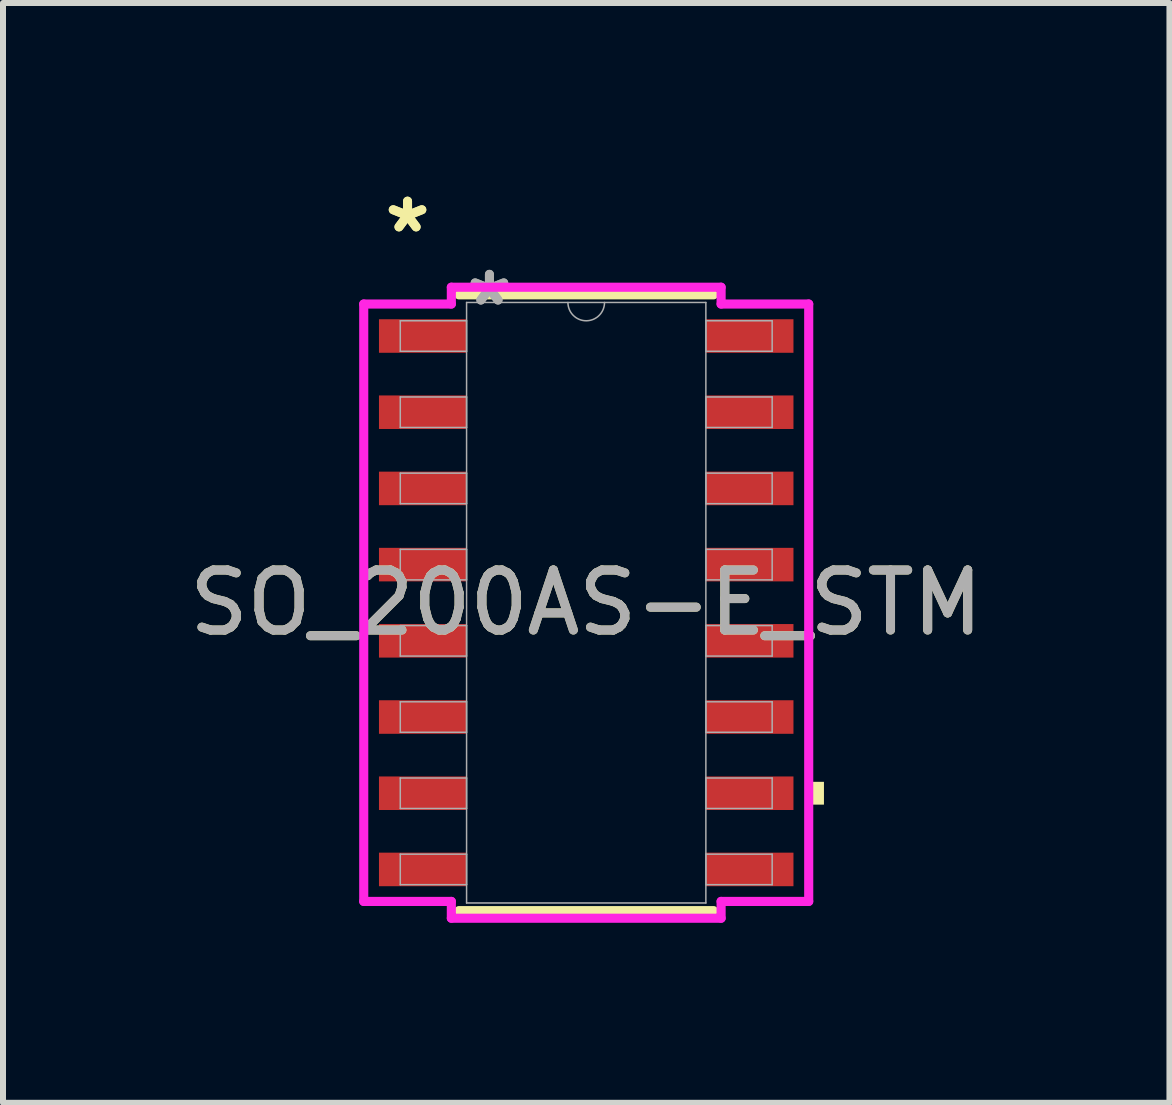
<source format=kicad_pcb>
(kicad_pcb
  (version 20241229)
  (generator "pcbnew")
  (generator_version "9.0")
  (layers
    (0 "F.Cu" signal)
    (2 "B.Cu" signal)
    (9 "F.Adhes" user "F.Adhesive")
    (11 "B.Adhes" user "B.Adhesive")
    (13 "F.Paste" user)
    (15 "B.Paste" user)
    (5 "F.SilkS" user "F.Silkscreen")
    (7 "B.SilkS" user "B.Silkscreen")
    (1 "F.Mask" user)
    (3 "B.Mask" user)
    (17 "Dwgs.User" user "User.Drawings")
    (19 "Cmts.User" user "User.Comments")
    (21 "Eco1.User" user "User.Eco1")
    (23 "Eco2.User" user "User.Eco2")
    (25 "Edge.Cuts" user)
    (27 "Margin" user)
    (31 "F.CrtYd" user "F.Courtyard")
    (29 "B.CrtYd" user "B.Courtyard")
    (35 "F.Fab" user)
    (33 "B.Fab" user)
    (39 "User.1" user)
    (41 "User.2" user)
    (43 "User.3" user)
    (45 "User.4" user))
  (footprint "SO_200AS-E_STM"
    (layer "F.Cu")
    (at 6.72 6.995)
    (property "Reference" "SO_200AS-E_STM" (at 0 0 0) (unlocked yes) (layer "F.SilkS") (effects (font (size 1 1) (thickness 0.15))))
    (attr smd)
    (fp_line (start -2.121 5.131) (end 2.121 5.131) (stroke (width 0.152) (type solid)) (layer "F.SilkS"))
    (fp_line (start 2.121 -5.131) (end -2.121 -5.131) (stroke (width 0.152) (type solid)) (layer "F.SilkS"))
    (fp_poly (pts (xy 3.962 2.985) (xy 3.962 3.365) (xy 3.708 3.365) (xy 3.708 2.985)) (stroke (width 0) (type solid)) (fill yes) (layer "F.SilkS"))
    (fp_line (start -3.708 -4.978) (end -2.248 -4.978) (stroke (width 0.152) (type solid)) (layer "F.CrtYd"))
    (fp_line (start -3.708 4.978) (end -3.708 -4.978) (stroke (width 0.152) (type solid)) (layer "F.CrtYd"))
    (fp_line (start -3.708 4.978) (end -2.248 4.978) (stroke (width 0.152) (type solid)) (layer "F.CrtYd"))
    (fp_line (start -2.248 -5.258) (end 2.248 -5.258) (stroke (width 0.152) (type solid)) (layer "F.CrtYd"))
    (fp_line (start -2.248 -4.978) (end -2.248 -5.258) (stroke (width 0.152) (type solid)) (layer "F.CrtYd"))
    (fp_line (start -2.248 5.258) (end -2.248 4.978) (stroke (width 0.152) (type solid)) (layer "F.CrtYd"))
    (fp_line (start 2.248 -5.258) (end 2.248 -4.978) (stroke (width 0.152) (type solid)) (layer "F.CrtYd"))
    (fp_line (start 2.248 4.978) (end 2.248 5.258) (stroke (width 0.152) (type solid)) (layer "F.CrtYd"))
    (fp_line (start 2.248 5.258) (end -2.248 5.258) (stroke (width 0.152) (type solid)) (layer "F.CrtYd"))
    (fp_line (start 3.708 -4.978) (end 2.248 -4.978) (stroke (width 0.152) (type solid)) (layer "F.CrtYd"))
    (fp_line (start 3.708 -4.978) (end 3.708 4.978) (stroke (width 0.152) (type solid)) (layer "F.CrtYd"))
    (fp_line (start 3.708 4.978) (end 2.248 4.978) (stroke (width 0.152) (type solid)) (layer "F.CrtYd"))
    (fp_line (start -3.099 -4.699) (end -3.099 -4.191) (stroke (width 0.025) (type solid)) (layer "F.Fab"))
    (fp_line (start -3.099 -4.191) (end -1.994 -4.191) (stroke (width 0.025) (type solid)) (layer "F.Fab"))
    (fp_line (start -3.099 -3.429) (end -3.099 -2.921) (stroke (width 0.025) (type solid)) (layer "F.Fab"))
    (fp_line (start -3.099 -2.921) (end -1.994 -2.921) (stroke (width 0.025) (type solid)) (layer "F.Fab"))
    (fp_line (start -3.099 -2.159) (end -3.099 -1.651) (stroke (width 0.025) (type solid)) (layer "F.Fab"))
    (fp_line (start -3.099 -1.651) (end -1.994 -1.651) (stroke (width 0.025) (type solid)) (layer "F.Fab"))
    (fp_line (start -3.099 -0.889) (end -3.099 -0.381) (stroke (width 0.025) (type solid)) (layer "F.Fab"))
    (fp_line (start -3.099 -0.381) (end -1.994 -0.381) (stroke (width 0.025) (type solid)) (layer "F.Fab"))
    (fp_line (start -3.099 0.381) (end -3.099 0.889) (stroke (width 0.025) (type solid)) (layer "F.Fab"))
    (fp_line (start -3.099 0.889) (end -1.994 0.889) (stroke (width 0.025) (type solid)) (layer "F.Fab"))
    (fp_line (start -3.099 1.651) (end -3.099 2.159) (stroke (width 0.025) (type solid)) (layer "F.Fab"))
    (fp_line (start -3.099 2.159) (end -1.994 2.159) (stroke (width 0.025) (type solid)) (layer "F.Fab"))
    (fp_line (start -3.099 2.921) (end -3.099 3.429) (stroke (width 0.025) (type solid)) (layer "F.Fab"))
    (fp_line (start -3.099 3.429) (end -1.994 3.429) (stroke (width 0.025) (type solid)) (layer "F.Fab"))
    (fp_line (start -3.099 4.191) (end -3.099 4.699) (stroke (width 0.025) (type solid)) (layer "F.Fab"))
    (fp_line (start -3.099 4.699) (end -1.994 4.699) (stroke (width 0.025) (type solid)) (layer "F.Fab"))
    (fp_line (start -1.994 -5.004) (end -1.994 5.004) (stroke (width 0.025) (type solid)) (layer "F.Fab"))
    (fp_line (start -1.994 -4.699) (end -3.099 -4.699) (stroke (width 0.025) (type solid)) (layer "F.Fab"))
    (fp_line (start -1.994 -4.191) (end -1.994 -4.699) (stroke (width 0.025) (type solid)) (layer "F.Fab"))
    (fp_line (start -1.994 -3.429) (end -3.099 -3.429) (stroke (width 0.025) (type solid)) (layer "F.Fab"))
    (fp_line (start -1.994 -2.921) (end -1.994 -3.429) (stroke (width 0.025) (type solid)) (layer "F.Fab"))
    (fp_line (start -1.994 -2.159) (end -3.099 -2.159) (stroke (width 0.025) (type solid)) (layer "F.Fab"))
    (fp_line (start -1.994 -1.651) (end -1.994 -2.159) (stroke (width 0.025) (type solid)) (layer "F.Fab"))
    (fp_line (start -1.994 -0.889) (end -3.099 -0.889) (stroke (width 0.025) (type solid)) (layer "F.Fab"))
    (fp_line (start -1.994 -0.381) (end -1.994 -0.889) (stroke (width 0.025) (type solid)) (layer "F.Fab"))
    (fp_line (start -1.994 0.381) (end -3.099 0.381) (stroke (width 0.025) (type solid)) (layer "F.Fab"))
    (fp_line (start -1.994 0.889) (end -1.994 0.381) (stroke (width 0.025) (type solid)) (layer "F.Fab"))
    (fp_line (start -1.994 1.651) (end -3.099 1.651) (stroke (width 0.025) (type solid)) (layer "F.Fab"))
    (fp_line (start -1.994 2.159) (end -1.994 1.651) (stroke (width 0.025) (type solid)) (layer "F.Fab"))
    (fp_line (start -1.994 2.921) (end -3.099 2.921) (stroke (width 0.025) (type solid)) (layer "F.Fab"))
    (fp_line (start -1.994 3.429) (end -1.994 2.921) (stroke (width 0.025) (type solid)) (layer "F.Fab"))
    (fp_line (start -1.994 4.191) (end -3.099 4.191) (stroke (width 0.025) (type solid)) (layer "F.Fab"))
    (fp_line (start -1.994 4.699) (end -1.994 4.191) (stroke (width 0.025) (type solid)) (layer "F.Fab"))
    (fp_line (start -1.994 5.004) (end 1.994 5.004) (stroke (width 0.025) (type solid)) (layer "F.Fab"))
    (fp_line (start 1.994 -5.004) (end -1.994 -5.004) (stroke (width 0.025) (type solid)) (layer "F.Fab"))
    (fp_line (start 1.994 -4.699) (end 1.994 -4.191) (stroke (width 0.025) (type solid)) (layer "F.Fab"))
    (fp_line (start 1.994 -4.191) (end 3.099 -4.191) (stroke (width 0.025) (type solid)) (layer "F.Fab"))
    (fp_line (start 1.994 -3.429) (end 1.994 -2.921) (stroke (width 0.025) (type solid)) (layer "F.Fab"))
    (fp_line (start 1.994 -2.921) (end 3.099 -2.921) (stroke (width 0.025) (type solid)) (layer "F.Fab"))
    (fp_line (start 1.994 -2.159) (end 1.994 -1.651) (stroke (width 0.025) (type solid)) (layer "F.Fab"))
    (fp_line (start 1.994 -1.651) (end 3.099 -1.651) (stroke (width 0.025) (type solid)) (layer "F.Fab"))
    (fp_line (start 1.994 -0.889) (end 1.994 -0.381) (stroke (width 0.025) (type solid)) (layer "F.Fab"))
    (fp_line (start 1.994 -0.381) (end 3.099 -0.381) (stroke (width 0.025) (type solid)) (layer "F.Fab"))
    (fp_line (start 1.994 0.381) (end 1.994 0.889) (stroke (width 0.025) (type solid)) (layer "F.Fab"))
    (fp_line (start 1.994 0.889) (end 3.099 0.889) (stroke (width 0.025) (type solid)) (layer "F.Fab"))
    (fp_line (start 1.994 1.651) (end 1.994 2.159) (stroke (width 0.025) (type solid)) (layer "F.Fab"))
    (fp_line (start 1.994 2.159) (end 3.099 2.159) (stroke (width 0.025) (type solid)) (layer "F.Fab"))
    (fp_line (start 1.994 2.921) (end 1.994 3.429) (stroke (width 0.025) (type solid)) (layer "F.Fab"))
    (fp_line (start 1.994 3.429) (end 3.099 3.429) (stroke (width 0.025) (type solid)) (layer "F.Fab"))
    (fp_line (start 1.994 4.191) (end 1.994 4.699) (stroke (width 0.025) (type solid)) (layer "F.Fab"))
    (fp_line (start 1.994 4.699) (end 3.099 4.699) (stroke (width 0.025) (type solid)) (layer "F.Fab"))
    (fp_line (start 1.994 5.004) (end 1.994 -5.004) (stroke (width 0.025) (type solid)) (layer "F.Fab"))
    (fp_line (start 3.099 -4.699) (end 1.994 -4.699) (stroke (width 0.025) (type solid)) (layer "F.Fab"))
    (fp_line (start 3.099 -4.191) (end 3.099 -4.699) (stroke (width 0.025) (type solid)) (layer "F.Fab"))
    (fp_line (start 3.099 -3.429) (end 1.994 -3.429) (stroke (width 0.025) (type solid)) (layer "F.Fab"))
    (fp_line (start 3.099 -2.921) (end 3.099 -3.429) (stroke (width 0.025) (type solid)) (layer "F.Fab"))
    (fp_line (start 3.099 -2.159) (end 1.994 -2.159) (stroke (width 0.025) (type solid)) (layer "F.Fab"))
    (fp_line (start 3.099 -1.651) (end 3.099 -2.159) (stroke (width 0.025) (type solid)) (layer "F.Fab"))
    (fp_line (start 3.099 -0.889) (end 1.994 -0.889) (stroke (width 0.025) (type solid)) (layer "F.Fab"))
    (fp_line (start 3.099 -0.381) (end 3.099 -0.889) (stroke (width 0.025) (type solid)) (layer "F.Fab"))
    (fp_line (start 3.099 0.381) (end 1.994 0.381) (stroke (width 0.025) (type solid)) (layer "F.Fab"))
    (fp_line (start 3.099 0.889) (end 3.099 0.381) (stroke (width 0.025) (type solid)) (layer "F.Fab"))
    (fp_line (start 3.099 1.651) (end 1.994 1.651) (stroke (width 0.025) (type solid)) (layer "F.Fab"))
    (fp_line (start 3.099 2.159) (end 3.099 1.651) (stroke (width 0.025) (type solid)) (layer "F.Fab"))
    (fp_line (start 3.099 2.921) (end 1.994 2.921) (stroke (width 0.025) (type solid)) (layer "F.Fab"))
    (fp_line (start 3.099 3.429) (end 3.099 2.921) (stroke (width 0.025) (type solid)) (layer "F.Fab"))
    (fp_line (start 3.099 4.191) (end 1.994 4.191) (stroke (width 0.025) (type solid)) (layer "F.Fab"))
    (fp_line (start 3.099 4.699) (end 3.099 4.191) (stroke (width 0.025) (type solid)) (layer "F.Fab"))
    (fp_arc (start 0.3048 -5.0038) (mid 0 -4.699) (end -0.3048 -5.0038) (stroke (width 0.0254) (type solid)) (layer "F.Fab"))
    (fp_text user "*" (at -2.978 -6.147 0) (layer "F.SilkS") (effects (font (size 1 1) (thickness 0.15))))
    (fp_text user "*" (at -2.978 -6.147 0) (unlocked yes) (layer "F.SilkS") (effects (font (size 1 1) (thickness 0.15))))
    (fp_text user "*" (at -1.613 -4.928 0) (layer "F.Fab") (effects (font (size 1 1) (thickness 0.15))))
    (fp_text user "*" (at -1.613 -4.928 0) (unlocked yes) (layer "F.Fab") (effects (font (size 1 1) (thickness 0.15))))
    (fp_text user "${REFERENCE}" (at 0 0 0) (unlocked yes) (layer "F.Fab") (effects (font (size 1 1) (thickness 0.15))))
    (pad "1" smd rect (at -2.724 -4.445) (size 1.46 0.559) (layers "F.Cu" "F.Mask" "F.Paste"))
    (pad "2" smd rect (at -2.724 -3.175) (size 1.46 0.559) (layers "F.Cu" "F.Mask" "F.Paste"))
    (pad "3" smd rect (at -2.724 -1.905) (size 1.46 0.559) (layers "F.Cu" "F.Mask" "F.Paste"))
    (pad "4" smd rect (at -2.724 -0.635) (size 1.46 0.559) (layers "F.Cu" "F.Mask" "F.Paste"))
    (pad "5" smd rect (at -2.724 0.635) (size 1.46 0.559) (layers "F.Cu" "F.Mask" "F.Paste"))
    (pad "6" smd rect (at -2.724 1.905) (size 1.46 0.559) (layers "F.Cu" "F.Mask" "F.Paste"))
    (pad "7" smd rect (at -2.724 3.175) (size 1.46 0.559) (layers "F.Cu" "F.Mask" "F.Paste"))
    (pad "8" smd rect (at -2.724 4.445) (size 1.46 0.559) (layers "F.Cu" "F.Mask" "F.Paste"))
    (pad "9" smd rect (at 2.724 4.445) (size 1.46 0.559) (layers "F.Cu" "F.Mask" "F.Paste"))
    (pad "10" smd rect (at 2.724 3.175) (size 1.46 0.559) (layers "F.Cu" "F.Mask" "F.Paste"))
    (pad "11" smd rect (at 2.724 1.905) (size 1.46 0.559) (layers "F.Cu" "F.Mask" "F.Paste"))
    (pad "12" smd rect (at 2.724 0.635) (size 1.46 0.559) (layers "F.Cu" "F.Mask" "F.Paste"))
    (pad "13" smd rect (at 2.724 -0.635) (size 1.46 0.559) (layers "F.Cu" "F.Mask" "F.Paste"))
    (pad "14" smd rect (at 2.724 -1.905) (size 1.46 0.559) (layers "F.Cu" "F.Mask" "F.Paste"))
    (pad "15" smd rect (at 2.724 -3.175) (size 1.46 0.559) (layers "F.Cu" "F.Mask" "F.Paste"))
    (pad "16" smd rect (at 2.724 -4.445) (size 1.46 0.559) (layers "F.Cu" "F.Mask" "F.Paste")))
  (gr_rect
    (start -3 -3)
    (end 16.44 15.329)
    (stroke (width 0.1) (type default))
    (fill no)
    (layer "Edge.Cuts")))
</source>
